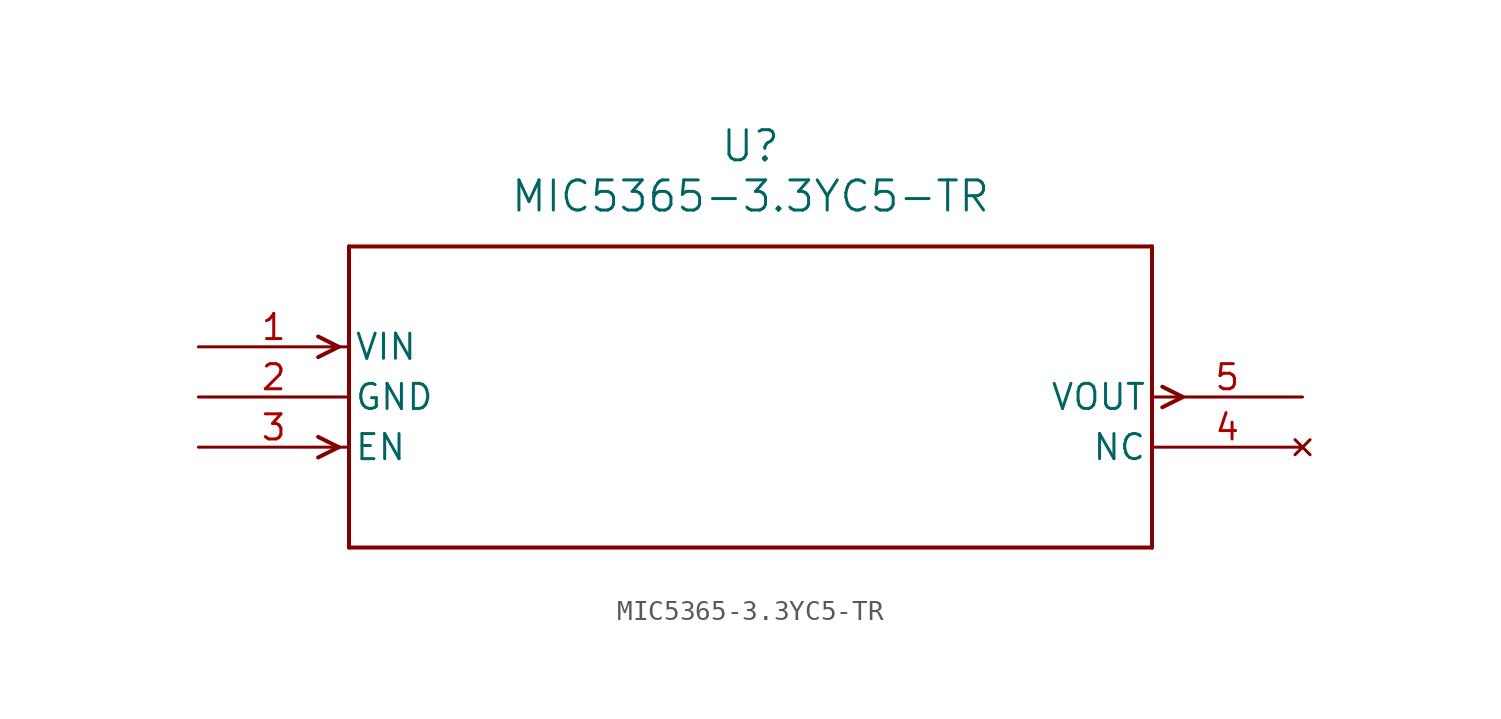
<source format=kicad_sym>
(kicad_symbol_lib
  (version 20241209)
  (generator "kicad_symbol_editor")
  (generator_version "9.0")
  (symbol "MIC5365-3.3YC5-TR"
    (pin_names
      (offset 0.254))
    (property "Reference" "U"
      (at 27.94 10.16 0)
      (effects (font (size 1.524 1.524))))
    (property "Value" "MIC5365-3.3YC5-TR"
      (at 27.94 7.62 0)
      (effects (font (size 1.524 1.524))))
    (property "ki_locked" ""
      (at 0 0 0)
      (effects (font (size 1.27 1.27))))
    (symbol "MIC5365-3.3YC5-TR_0_1"
      (polyline (pts (xy 7.099 0) (xy 6.058 0.521)) (stroke (width 0.203) (type default)) (fill (type none)))
      (polyline (pts (xy 7.099 0) (xy 6.058 -0.521)) (stroke (width 0.203) (type default)) (fill (type none)))
      (polyline (pts (xy 7.099 -5.08) (xy 6.058 -4.559)) (stroke (width 0.203) (type default)) (fill (type none)))
      (polyline (pts (xy 7.099 -5.08) (xy 6.058 -5.601)) (stroke (width 0.203) (type default)) (fill (type none)))
      (polyline (pts (xy 7.62 5.08) (xy 7.62 -10.16)) (stroke (width 0.203) (type default)) (fill (type none)))
      (polyline (pts (xy 7.62 -10.16) (xy 48.26 -10.16)) (stroke (width 0.203) (type default)) (fill (type none)))
      (polyline (pts (xy 48.26 5.08) (xy 7.62 5.08)) (stroke (width 0.203) (type default)) (fill (type none)))
      (polyline (pts (xy 48.26 -10.16) (xy 48.26 5.08)) (stroke (width 0.203) (type default)) (fill (type none)))
      (polyline (pts (xy 48.781 -2.019) (xy 49.822 -2.54)) (stroke (width 0.203) (type default)) (fill (type none)))
      (polyline (pts (xy 48.781 -3.061) (xy 49.822 -2.54)) (stroke (width 0.203) (type default)) (fill (type none)))
      (pin input line (at 0 0 0) (length 7.62) (name "VIN" (effects (font (size 1.27 1.27)))) (number "1" (effects (font (size 1.27 1.27)))))
      (pin power_in line (at 0 -2.54 0) (length 7.62) (name "GND" (effects (font (size 1.27 1.27)))) (number "2" (effects (font (size 1.27 1.27)))))
      (pin input line (at 0 -5.08 0) (length 7.62) (name "EN" (effects (font (size 1.27 1.27)))) (number "3" (effects (font (size 1.27 1.27)))))
      (pin output line (at 55.88 -2.54 180) (length 7.62) (name "VOUT" (effects (font (size 1.27 1.27)))) (number "5" (effects (font (size 1.27 1.27)))))
      (pin no_connect line (at 55.88 -5.08 180) (length 7.62) (name "NC" (effects (font (size 1.27 1.27)))) (number "4" (effects (font (size 1.27 1.27))))))))
</source>
